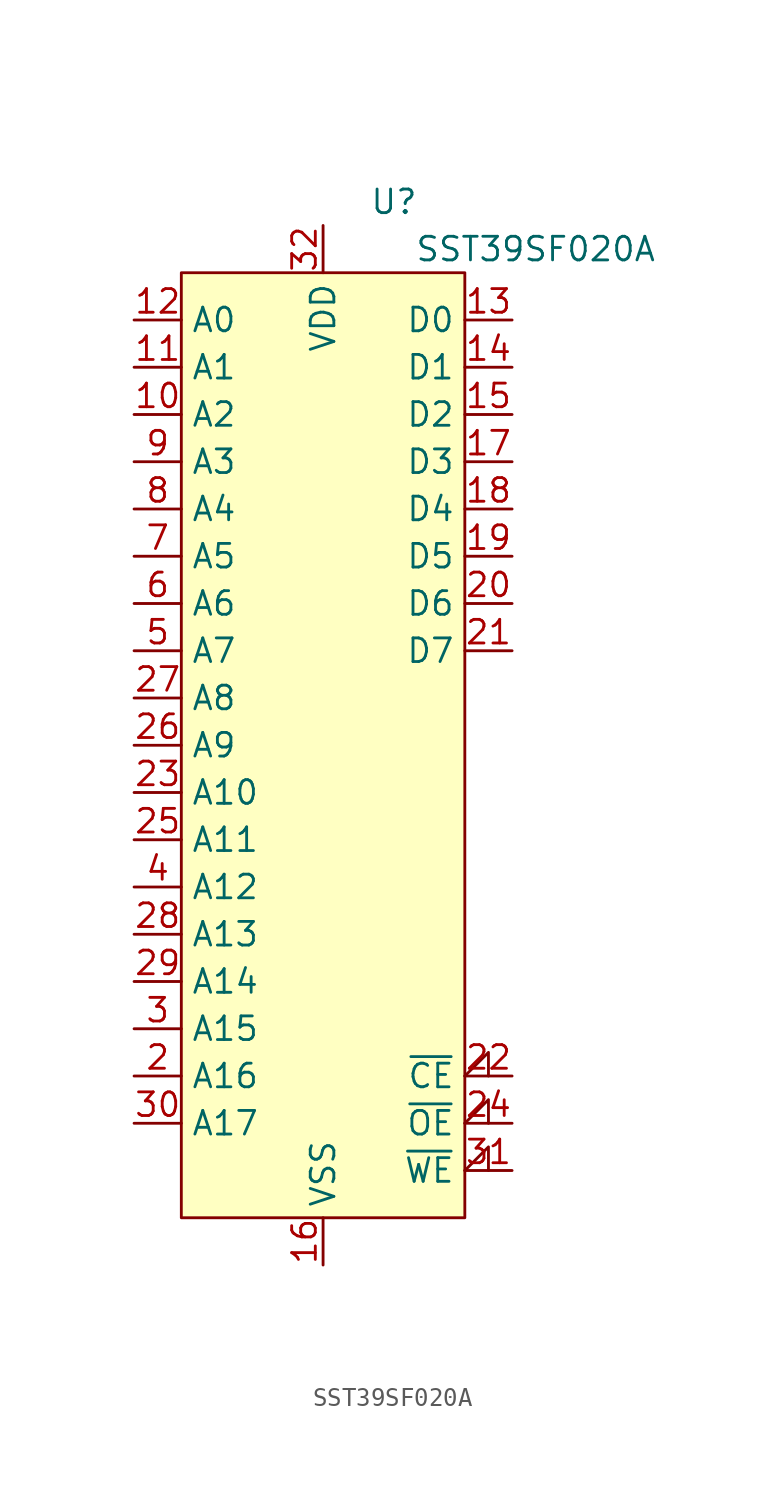
<source format=kicad_sym>
(kicad_symbol_lib
  (version 20220914)
  (generator kicad_symbol_editor)
  (symbol "SST39SF020A"
    (property "Reference" "U"
      (at 11.43 54.61 0)
      (effects (font (size 1.27 1.27))))
    (property "Value" "SST39SF020A"
      (at 19.05 52.07 0)
      (effects (font (size 1.27 1.27))))
    (symbol "SST39SF020A_1_1"
      (rectangle (start 0 50.8) (end 15.24 0) (stroke (width 0) (type default)) (fill (type background)))
      (pin no_connect non_logic (at -2.54 2.54 0) (length 2.54) hide (name "nc" (effects (font (size 1.27 1.27)))) (number "1" (effects (font (size 1.27 1.27)))))
      (pin input line (at -2.54 43.18 0) (length 2.54) (name "A2" (effects (font (size 1.27 1.27)))) (number "10" (effects (font (size 1.27 1.27)))))
      (pin input line (at -2.54 45.72 0) (length 2.54) (name "A1" (effects (font (size 1.27 1.27)))) (number "11" (effects (font (size 1.27 1.27)))))
      (pin input line (at -2.54 48.26 0) (length 2.54) (name "A0" (effects (font (size 1.27 1.27)))) (number "12" (effects (font (size 1.27 1.27)))))
      (pin bidirectional line (at 17.78 48.26 180) (length 2.54) (name "D0" (effects (font (size 1.27 1.27)))) (number "13" (effects (font (size 1.27 1.27)))))
      (pin bidirectional line (at 17.78 45.72 180) (length 2.54) (name "D1" (effects (font (size 1.27 1.27)))) (number "14" (effects (font (size 1.27 1.27)))))
      (pin bidirectional line (at 17.78 43.18 180) (length 2.54) (name "D2" (effects (font (size 1.27 1.27)))) (number "15" (effects (font (size 1.27 1.27)))))
      (pin power_in line (at 7.62 -2.54 90) (length 2.54) (name "VSS" (effects (font (size 1.27 1.27)))) (number "16" (effects (font (size 1.27 1.27)))))
      (pin bidirectional line (at 17.78 40.64 180) (length 2.54) (name "D3" (effects (font (size 1.27 1.27)))) (number "17" (effects (font (size 1.27 1.27)))))
      (pin bidirectional line (at 17.78 38.1 180) (length 2.54) (name "D4" (effects (font (size 1.27 1.27)))) (number "18" (effects (font (size 1.27 1.27)))))
      (pin bidirectional line (at 17.78 35.56 180) (length 2.54) (name "D5" (effects (font (size 1.27 1.27)))) (number "19" (effects (font (size 1.27 1.27)))))
      (pin input line (at -2.54 7.62 0) (length 2.54) (name "A16" (effects (font (size 1.27 1.27)))) (number "2" (effects (font (size 1.27 1.27)))))
      (pin bidirectional line (at 17.78 33.02 180) (length 2.54) (name "D6" (effects (font (size 1.27 1.27)))) (number "20" (effects (font (size 1.27 1.27)))))
      (pin bidirectional line (at 17.78 30.48 180) (length 2.54) (name "D7" (effects (font (size 1.27 1.27)))) (number "21" (effects (font (size 1.27 1.27)))))
      (pin input input_low (at 17.78 7.62 180) (length 2.54) (name "~{CE}" (effects (font (size 1.27 1.27)))) (number "22" (effects (font (size 1.27 1.27)))))
      (pin input line (at -2.54 22.86 0) (length 2.54) (name "A10" (effects (font (size 1.27 1.27)))) (number "23" (effects (font (size 1.27 1.27)))))
      (pin input input_low (at 17.78 5.08 180) (length 2.54) (name "~{OE}" (effects (font (size 1.27 1.27)))) (number "24" (effects (font (size 1.27 1.27)))))
      (pin input line (at -2.54 20.32 0) (length 2.54) (name "A11" (effects (font (size 1.27 1.27)))) (number "25" (effects (font (size 1.27 1.27)))))
      (pin input line (at -2.54 25.4 0) (length 2.54) (name "A9" (effects (font (size 1.27 1.27)))) (number "26" (effects (font (size 1.27 1.27)))))
      (pin input line (at -2.54 27.94 0) (length 2.54) (name "A8" (effects (font (size 1.27 1.27)))) (number "27" (effects (font (size 1.27 1.27)))))
      (pin input line (at -2.54 15.24 0) (length 2.54) (name "A13" (effects (font (size 1.27 1.27)))) (number "28" (effects (font (size 1.27 1.27)))))
      (pin input line (at -2.54 12.7 0) (length 2.54) (name "A14" (effects (font (size 1.27 1.27)))) (number "29" (effects (font (size 1.27 1.27)))))
      (pin input line (at -2.54 10.16 0) (length 2.54) (name "A15" (effects (font (size 1.27 1.27)))) (number "3" (effects (font (size 1.27 1.27)))))
      (pin input line (at -2.54 5.08 0) (length 2.54) (name "A17" (effects (font (size 1.27 1.27)))) (number "30" (effects (font (size 1.27 1.27)))))
      (pin input input_low (at 17.78 2.54 180) (length 2.54) (name "~{WE}" (effects (font (size 1.27 1.27)))) (number "31" (effects (font (size 1.27 1.27)))))
      (pin power_in line (at 7.62 53.34 270) (length 2.54) (name "VDD" (effects (font (size 1.27 1.27)))) (number "32" (effects (font (size 1.27 1.27)))))
      (pin input line (at -2.54 17.78 0) (length 2.54) (name "A12" (effects (font (size 1.27 1.27)))) (number "4" (effects (font (size 1.27 1.27)))))
      (pin input line (at -2.54 30.48 0) (length 2.54) (name "A7" (effects (font (size 1.27 1.27)))) (number "5" (effects (font (size 1.27 1.27)))))
      (pin input line (at -2.54 33.02 0) (length 2.54) (name "A6" (effects (font (size 1.27 1.27)))) (number "6" (effects (font (size 1.27 1.27)))))
      (pin input line (at -2.54 35.56 0) (length 2.54) (name "A5" (effects (font (size 1.27 1.27)))) (number "7" (effects (font (size 1.27 1.27)))))
      (pin input line (at -2.54 38.1 0) (length 2.54) (name "A4" (effects (font (size 1.27 1.27)))) (number "8" (effects (font (size 1.27 1.27)))))
      (pin input line (at -2.54 40.64 0) (length 2.54) (name "A3" (effects (font (size 1.27 1.27)))) (number "9" (effects (font (size 1.27 1.27))))))))
</source>
